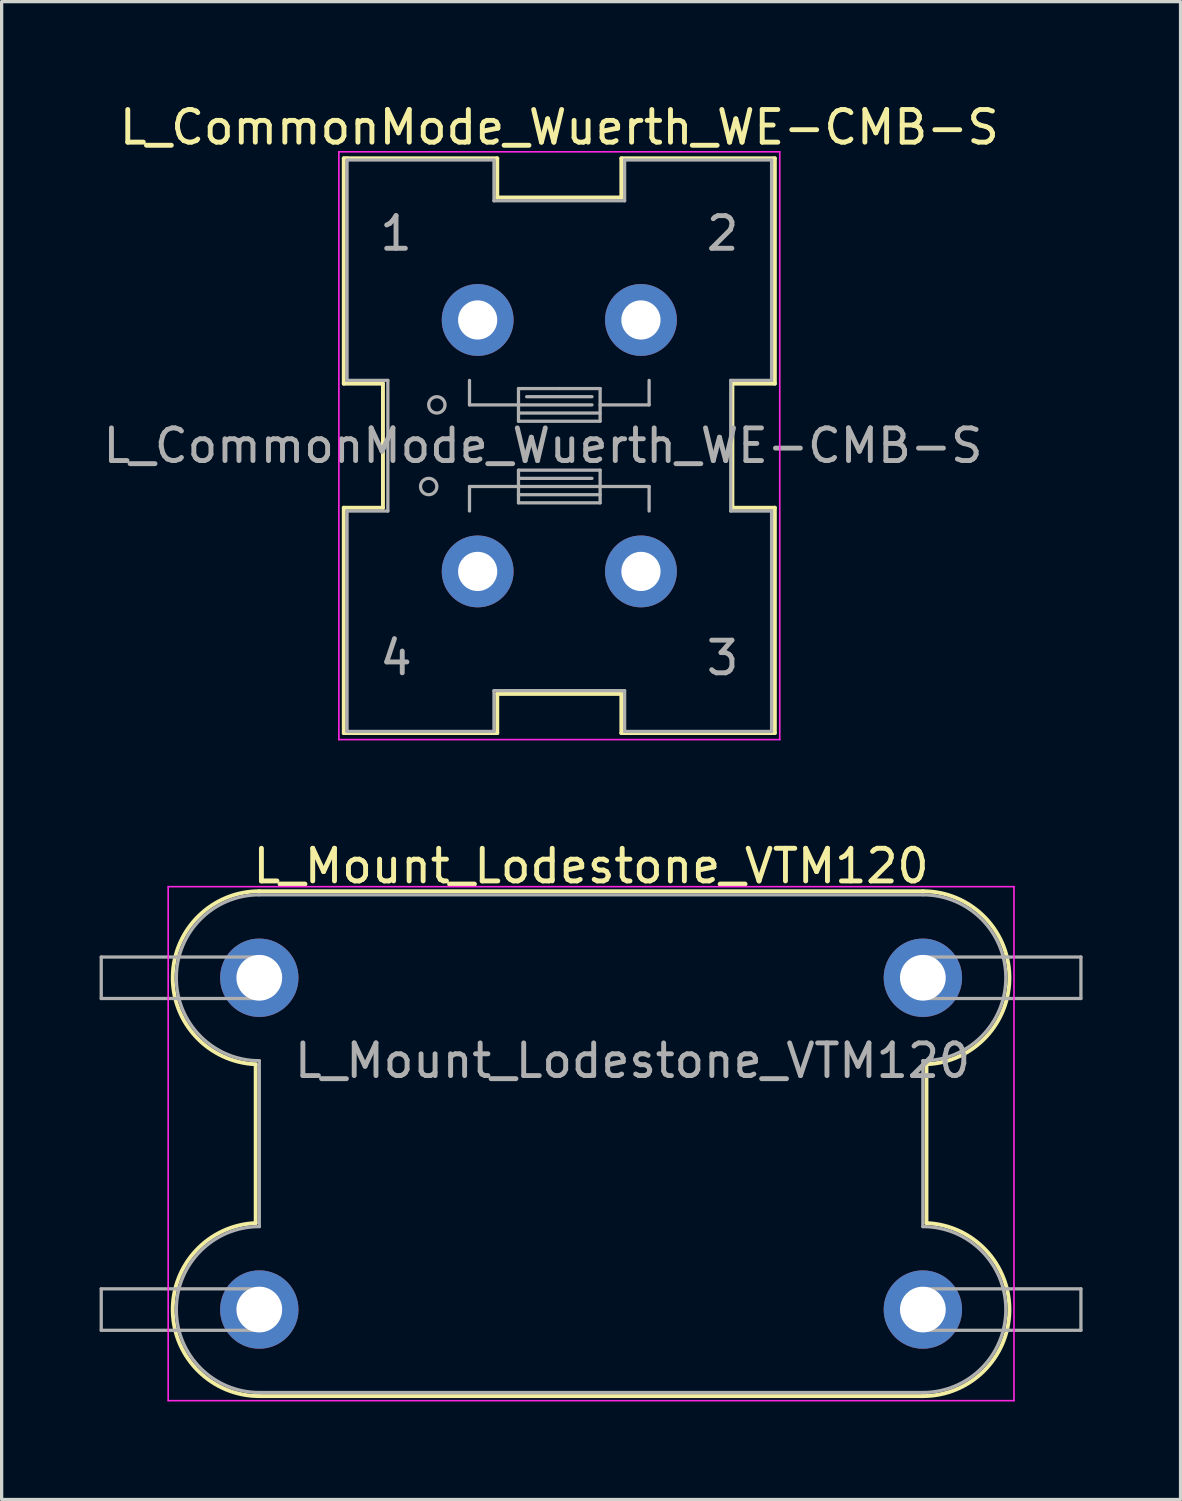
<source format=kicad_pcb>
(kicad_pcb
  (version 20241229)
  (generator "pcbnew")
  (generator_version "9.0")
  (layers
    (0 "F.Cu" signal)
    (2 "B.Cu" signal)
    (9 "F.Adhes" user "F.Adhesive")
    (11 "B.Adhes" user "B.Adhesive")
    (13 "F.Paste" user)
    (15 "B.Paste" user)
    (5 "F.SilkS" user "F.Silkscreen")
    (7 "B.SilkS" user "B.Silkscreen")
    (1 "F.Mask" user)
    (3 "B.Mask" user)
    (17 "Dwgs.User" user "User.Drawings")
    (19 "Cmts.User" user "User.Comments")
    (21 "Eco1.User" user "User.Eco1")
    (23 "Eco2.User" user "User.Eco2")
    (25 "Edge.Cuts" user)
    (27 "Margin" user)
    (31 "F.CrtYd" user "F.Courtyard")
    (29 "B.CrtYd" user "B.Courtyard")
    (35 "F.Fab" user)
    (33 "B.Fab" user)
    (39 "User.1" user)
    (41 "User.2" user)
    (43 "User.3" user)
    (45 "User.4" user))
  (footprint "L_CommonMode_Wuerth_WE-CMB-S"
    (layer "F.Cu")
    (at 11.577 6.748)
    (property "Reference" "L_CommonMode_Wuerth_WE-CMB-S" (at 2.5 -5.9 0) (layer "F.SilkS") (effects (font (size 1 1) (thickness 0.15))))
    (attr through_hole)
    (fp_line (start -4.1 -4.95) (end -4 -4.95) (stroke (width 0.12) (type solid)) (layer "F.SilkS"))
    (fp_line (start -4.1 1.95) (end -4.1 -4.95) (stroke (width 0.12) (type solid)) (layer "F.SilkS"))
    (fp_line (start -4.1 5.75) (end -2.9 5.75) (stroke (width 0.12) (type solid)) (layer "F.SilkS"))
    (fp_line (start -4.1 12.65) (end -4.1 5.75) (stroke (width 0.12) (type solid)) (layer "F.SilkS"))
    (fp_line (start -4 -4.95) (end 0.6 -4.95) (stroke (width 0.12) (type solid)) (layer "F.SilkS"))
    (fp_line (start -2.9 1.95) (end -4.1 1.95) (stroke (width 0.12) (type solid)) (layer "F.SilkS"))
    (fp_line (start -2.9 5.75) (end -2.9 1.95) (stroke (width 0.12) (type solid)) (layer "F.SilkS"))
    (fp_line (start 0.6 -4.95) (end 0.6 -3.75) (stroke (width 0.12) (type solid)) (layer "F.SilkS"))
    (fp_line (start 0.6 -3.75) (end 4.4 -3.75) (stroke (width 0.12) (type solid)) (layer "F.SilkS"))
    (fp_line (start 0.6 11.45) (end 0.6 12.65) (stroke (width 0.12) (type solid)) (layer "F.SilkS"))
    (fp_line (start 0.6 12.65) (end -4.1 12.65) (stroke (width 0.12) (type solid)) (layer "F.SilkS"))
    (fp_line (start 4.4 -4.95) (end 9.1 -4.95) (stroke (width 0.12) (type solid)) (layer "F.SilkS"))
    (fp_line (start 4.4 -3.75) (end 4.4 -4.95) (stroke (width 0.12) (type solid)) (layer "F.SilkS"))
    (fp_line (start 4.4 11.45) (end 0.6 11.45) (stroke (width 0.12) (type solid)) (layer "F.SilkS"))
    (fp_line (start 4.4 12.65) (end 4.4 11.45) (stroke (width 0.12) (type solid)) (layer "F.SilkS"))
    (fp_line (start 7.8 1.95) (end 7.8 5.75) (stroke (width 0.12) (type solid)) (layer "F.SilkS"))
    (fp_line (start 7.8 5.75) (end 9.1 5.75) (stroke (width 0.12) (type solid)) (layer "F.SilkS"))
    (fp_line (start 9.1 -4.95) (end 9.1 1.95) (stroke (width 0.12) (type solid)) (layer "F.SilkS"))
    (fp_line (start 9.1 1.95) (end 7.8 1.95) (stroke (width 0.12) (type solid)) (layer "F.SilkS"))
    (fp_line (start 9.1 5.75) (end 9.1 12.65) (stroke (width 0.12) (type solid)) (layer "F.SilkS"))
    (fp_line (start 9.1 12.65) (end 4.4 12.65) (stroke (width 0.12) (type solid)) (layer "F.SilkS"))
    (fp_line (start -4.25 -5.15) (end -4.25 12.85) (stroke (width 0.05) (type solid)) (layer "F.CrtYd"))
    (fp_line (start -4.25 12.85) (end 9.25 12.85) (stroke (width 0.05) (type solid)) (layer "F.CrtYd"))
    (fp_line (start 9.25 -5.15) (end -4.25 -5.15) (stroke (width 0.05) (type solid)) (layer "F.CrtYd"))
    (fp_line (start 9.25 12.85) (end 9.25 -5.15) (stroke (width 0.05) (type solid)) (layer "F.CrtYd"))
    (fp_line (start -4 -4.9) (end -4 1.85) (stroke (width 0.1) (type solid)) (layer "F.Fab"))
    (fp_line (start -4 1.85) (end -2.75 1.85) (stroke (width 0.1) (type solid)) (layer "F.Fab"))
    (fp_line (start -4 5.85) (end -4 12.6) (stroke (width 0.1) (type solid)) (layer "F.Fab"))
    (fp_line (start -4 12.6) (end 0.5 12.6) (stroke (width 0.1) (type solid)) (layer "F.Fab"))
    (fp_line (start -2.75 1.85) (end -2.75 5.85) (stroke (width 0.1) (type solid)) (layer "F.Fab"))
    (fp_line (start -2.75 5.85) (end -4 5.85) (stroke (width 0.1) (type solid)) (layer "F.Fab"))
    (fp_line (start -0.25 2.6) (end -0.25 1.85) (stroke (width 0.1) (type solid)) (layer "F.Fab"))
    (fp_line (start -0.25 5.1) (end -0.25 5.85) (stroke (width 0.1) (type solid)) (layer "F.Fab"))
    (fp_line (start 0.5 -4.9) (end -4 -4.9) (stroke (width 0.1) (type solid)) (layer "F.Fab"))
    (fp_line (start 0.5 -3.65) (end 0.5 -4.9) (stroke (width 0.1) (type solid)) (layer "F.Fab"))
    (fp_line (start 0.5 11.35) (end 4.5 11.35) (stroke (width 0.1) (type solid)) (layer "F.Fab"))
    (fp_line (start 0.5 12.6) (end 0.5 11.35) (stroke (width 0.1) (type solid)) (layer "F.Fab"))
    (fp_line (start 1.25 2.1) (end 2.5 2.1) (stroke (width 0.1) (type solid)) (layer "F.Fab"))
    (fp_line (start 1.25 2.6) (end -0.25 2.6) (stroke (width 0.1) (type solid)) (layer "F.Fab"))
    (fp_line (start 1.25 2.85) (end 3.75 2.85) (stroke (width 0.1) (type solid)) (layer "F.Fab"))
    (fp_line (start 1.25 3.1) (end 1.25 2.1) (stroke (width 0.1) (type solid)) (layer "F.Fab"))
    (fp_line (start 1.25 4.6) (end 3.75 4.6) (stroke (width 0.1) (type solid)) (layer "F.Fab"))
    (fp_line (start 1.25 4.85) (end 3.5 4.85) (stroke (width 0.1) (type solid)) (layer "F.Fab"))
    (fp_line (start 1.25 5.1) (end -0.25 5.1) (stroke (width 0.1) (type solid)) (layer "F.Fab"))
    (fp_line (start 1.25 5.6) (end 1.25 4.6) (stroke (width 0.1) (type solid)) (layer "F.Fab"))
    (fp_line (start 2.5 2.1) (end 3.75 2.1) (stroke (width 0.1) (type solid)) (layer "F.Fab"))
    (fp_line (start 3.5 2.35) (end 1.5 2.35) (stroke (width 0.1) (type solid)) (layer "F.Fab"))
    (fp_line (start 3.5 2.6) (end 1.25 2.6) (stroke (width 0.1) (type solid)) (layer "F.Fab"))
    (fp_line (start 3.75 2.1) (end 3.75 3.1) (stroke (width 0.1) (type solid)) (layer "F.Fab"))
    (fp_line (start 3.75 2.6) (end 5.25 2.6) (stroke (width 0.1) (type solid)) (layer "F.Fab"))
    (fp_line (start 3.75 3.1) (end 1.25 3.1) (stroke (width 0.1) (type solid)) (layer "F.Fab"))
    (fp_line (start 3.75 4.6) (end 3.75 5.6) (stroke (width 0.1) (type solid)) (layer "F.Fab"))
    (fp_line (start 3.75 5.1) (end 1.25 5.1) (stroke (width 0.1) (type solid)) (layer "F.Fab"))
    (fp_line (start 3.75 5.1) (end 5.25 5.1) (stroke (width 0.1) (type solid)) (layer "F.Fab"))
    (fp_line (start 3.75 5.35) (end 1.25 5.35) (stroke (width 0.1) (type solid)) (layer "F.Fab"))
    (fp_line (start 3.75 5.6) (end 1.25 5.6) (stroke (width 0.1) (type solid)) (layer "F.Fab"))
    (fp_line (start 4.5 -4.9) (end 4.5 -3.65) (stroke (width 0.1) (type solid)) (layer "F.Fab"))
    (fp_line (start 4.5 -3.65) (end 0.5 -3.65) (stroke (width 0.1) (type solid)) (layer "F.Fab"))
    (fp_line (start 4.5 11.35) (end 4.5 12.6) (stroke (width 0.1) (type solid)) (layer "F.Fab"))
    (fp_line (start 4.5 12.6) (end 9 12.6) (stroke (width 0.1) (type solid)) (layer "F.Fab"))
    (fp_line (start 5.25 2.6) (end 5.25 1.85) (stroke (width 0.1) (type solid)) (layer "F.Fab"))
    (fp_line (start 5.25 5.1) (end 5.25 5.85) (stroke (width 0.1) (type solid)) (layer "F.Fab"))
    (fp_line (start 7.75 1.85) (end 9 1.85) (stroke (width 0.1) (type solid)) (layer "F.Fab"))
    (fp_line (start 7.75 5.85) (end 7.75 1.85) (stroke (width 0.1) (type solid)) (layer "F.Fab"))
    (fp_line (start 9 -4.9) (end 4.5 -4.9) (stroke (width 0.1) (type solid)) (layer "F.Fab"))
    (fp_line (start 9 1.85) (end 9 -4.9) (stroke (width 0.1) (type solid)) (layer "F.Fab"))
    (fp_line (start 9 5.85) (end 7.75 5.85) (stroke (width 0.1) (type solid)) (layer "F.Fab"))
    (fp_line (start 9 12.6) (end 9 5.85) (stroke (width 0.1) (type solid)) (layer "F.Fab"))
    (fp_circle (center -1.5 5.1) (end -1.5 4.85) (stroke (width 0.1) (type solid)) (fill no) (layer "F.Fab"))
    (fp_circle (center -1.25 2.6) (end -1 2.6) (stroke (width 0.1) (type solid)) (fill no) (layer "F.Fab"))
    (fp_text user "${REFERENCE}" (at 2 3.85 0) (layer "F.Fab") (effects (font (size 1 1) (thickness 0.15))))
    (fp_text user "4" (at -2.5 10.35 0) (layer "F.Fab") (effects (font (size 1 1) (thickness 0.15))))
    (fp_text user "1" (at -2.5 -2.65 0) (layer "F.Fab") (effects (font (size 1 1) (thickness 0.15))))
    (fp_text user "2" (at 7.5 -2.65 0) (layer "F.Fab") (effects (font (size 1 1) (thickness 0.15))))
    (fp_text user "3" (at 7.5 10.35 0) (layer "F.Fab") (effects (font (size 1 1) (thickness 0.15))))
    (pad "1" thru_hole circle (at 0 0) (size 2.2 2.2) (drill 1.2) (layers "*.Cu" "*.Mask"))
    (pad "2" thru_hole circle (at 5 0) (size 2.2 2.2) (drill 1.2) (layers "*.Cu" "*.Mask"))
    (pad "3" thru_hole circle (at 5 7.7) (size 2.2 2.2) (drill 1.2) (layers "*.Cu" "*.Mask"))
    (pad "4" thru_hole circle (at 0 7.7) (size 2.2 2.2) (drill 1.2) (layers "*.Cu" "*.Mask")))
  (footprint "L_Mount_Lodestone_VTM120"
    (layer "F.Cu")
    (at 4.89 37.051)
    (property "Reference" "L_Mount_Lodestone_VTM120" (at 10.16 -13.58 0) (layer "F.SilkS") (effects (font (size 1 1) (thickness 0.15))))
    (attr through_hole)
    (fp_line (start -0.11 -2.65) (end -0.11 -7.51) (stroke (width 0.12) (type solid)) (layer "F.SilkS"))
    (fp_line (start 0 -12.81) (end 20.32 -12.81) (stroke (width 0.12) (type solid)) (layer "F.SilkS"))
    (fp_line (start 0 2.65) (end 20.32 2.65) (stroke (width 0.12) (type solid)) (layer "F.SilkS"))
    (fp_line (start 20.43 -2.65) (end 20.43 -7.51) (stroke (width 0.12) (type solid)) (layer "F.SilkS"))
    (fp_arc (start -0.11097 -7.512325) (mid -2.649418 -10.215497) (end 0 -12.81) (stroke (width 0.12) (type solid)) (layer "F.SilkS"))
    (fp_arc (start 0 2.65) (mid -2.649419 0.055497) (end -0.11097 -2.647675) (stroke (width 0.12) (type solid)) (layer "F.SilkS"))
    (fp_arc (start 20.32 -12.81) (mid 22.969419 -10.215497) (end 20.43097 -7.512325) (stroke (width 0.12) (type solid)) (layer "F.SilkS"))
    (fp_arc (start 20.43097 -2.647675) (mid 22.969418 0.055497) (end 20.32 2.65) (stroke (width 0.12) (type solid)) (layer "F.SilkS"))
    (fp_line (start -2.79 -12.95) (end 23.11 -12.95) (stroke (width 0.05) (type solid)) (layer "F.CrtYd"))
    (fp_line (start -2.79 2.79) (end -2.79 -12.95) (stroke (width 0.05) (type solid)) (layer "F.CrtYd"))
    (fp_line (start -2.79 2.79) (end 23.11 2.79) (stroke (width 0.05) (type solid)) (layer "F.CrtYd"))
    (fp_line (start 23.11 2.79) (end 23.11 -12.95) (stroke (width 0.05) (type solid)) (layer "F.CrtYd"))
    (fp_line (start -4.84 -10.795) (end 0 -10.795) (stroke (width 0.1) (type solid)) (layer "F.Fab"))
    (fp_line (start -4.84 -9.525) (end -4.84 -10.795) (stroke (width 0.1) (type solid)) (layer "F.Fab"))
    (fp_line (start -4.84 -0.635) (end 0 -0.635) (stroke (width 0.1) (type solid)) (layer "F.Fab"))
    (fp_line (start -4.84 0.635) (end -4.84 -0.635) (stroke (width 0.1) (type solid)) (layer "F.Fab"))
    (fp_line (start 0 -12.7) (end 20.32 -12.7) (stroke (width 0.1) (type solid)) (layer "F.Fab"))
    (fp_line (start 0 -9.525) (end -4.84 -9.525) (stroke (width 0.1) (type solid)) (layer "F.Fab"))
    (fp_line (start 0 -2.54) (end 0 -7.62) (stroke (width 0.1) (type solid)) (layer "F.Fab"))
    (fp_line (start 0 0.635) (end -4.84 0.635) (stroke (width 0.1) (type solid)) (layer "F.Fab"))
    (fp_line (start 0 2.54) (end 20.32 2.54) (stroke (width 0.1) (type solid)) (layer "F.Fab"))
    (fp_line (start 20.32 -10.795) (end 25.16 -10.795) (stroke (width 0.1) (type solid)) (layer "F.Fab"))
    (fp_line (start 20.32 -2.54) (end 20.32 -7.62) (stroke (width 0.1) (type solid)) (layer "F.Fab"))
    (fp_line (start 20.32 -0.635) (end 25.16 -0.635) (stroke (width 0.1) (type solid)) (layer "F.Fab"))
    (fp_line (start 25.16 -10.795) (end 25.16 -9.525) (stroke (width 0.1) (type solid)) (layer "F.Fab"))
    (fp_line (start 25.16 -9.525) (end 20.32 -9.525) (stroke (width 0.1) (type solid)) (layer "F.Fab"))
    (fp_line (start 25.16 -0.635) (end 25.16 0.635) (stroke (width 0.1) (type solid)) (layer "F.Fab"))
    (fp_line (start 25.16 0.635) (end 20.32 0.635) (stroke (width 0.1) (type solid)) (layer "F.Fab"))
    (fp_arc (start 0 -10.795) (mid 0.635 -10.16) (end 0 -9.525) (stroke (width 0.1) (type solid)) (layer "F.Fab"))
    (fp_arc (start 0 -7.62) (mid -2.54 -10.16) (end 0 -12.7) (stroke (width 0.1) (type solid)) (layer "F.Fab"))
    (fp_arc (start 0 -0.635) (mid 0.635 0) (end 0 0.635) (stroke (width 0.1) (type solid)) (layer "F.Fab"))
    (fp_arc (start 0 2.54) (mid -2.54 0) (end 0 -2.54) (stroke (width 0.1) (type solid)) (layer "F.Fab"))
    (fp_arc (start 20.32 -12.7) (mid 22.86 -10.16) (end 20.32 -7.62) (stroke (width 0.1) (type solid)) (layer "F.Fab"))
    (fp_arc (start 20.32 -9.525) (mid 19.685 -10.16) (end 20.32 -10.795) (stroke (width 0.1) (type solid)) (layer "F.Fab"))
    (fp_arc (start 20.32 -2.54) (mid 22.86 0) (end 20.32 2.54) (stroke (width 0.1) (type solid)) (layer "F.Fab"))
    (fp_arc (start 20.32 0.635) (mid 19.685 0) (end 20.32 -0.635) (stroke (width 0.1) (type solid)) (layer "F.Fab"))
    (fp_text user "${REFERENCE}" (at 11.43 -7.62 0) (layer "F.Fab") (effects (font (size 1 1) (thickness 0.15))))
    (pad "1" thru_hole circle (at 0 0) (size 2.4 2.4) (drill 1.4) (layers "*.Cu" "*.Mask"))
    (pad "2" thru_hole circle (at 20.32 -10.16) (size 2.4 2.4) (drill 1.4) (layers "*.Cu" "*.Mask"))
    (pad "3" thru_hole circle (at 0 -10.16) (size 2.4 2.4) (drill 1.4) (layers "*.Cu" "*.Mask"))
    (pad "4" thru_hole circle (at 20.32 0) (size 2.4 2.4) (drill 1.4) (layers "*.Cu" "*.Mask")))
  (gr_rect
    (start -3 -3)
    (end 33.1 42.867)
    (stroke (width 0.1) (type default))
    (fill no)
    (layer "Edge.Cuts")))
</source>
